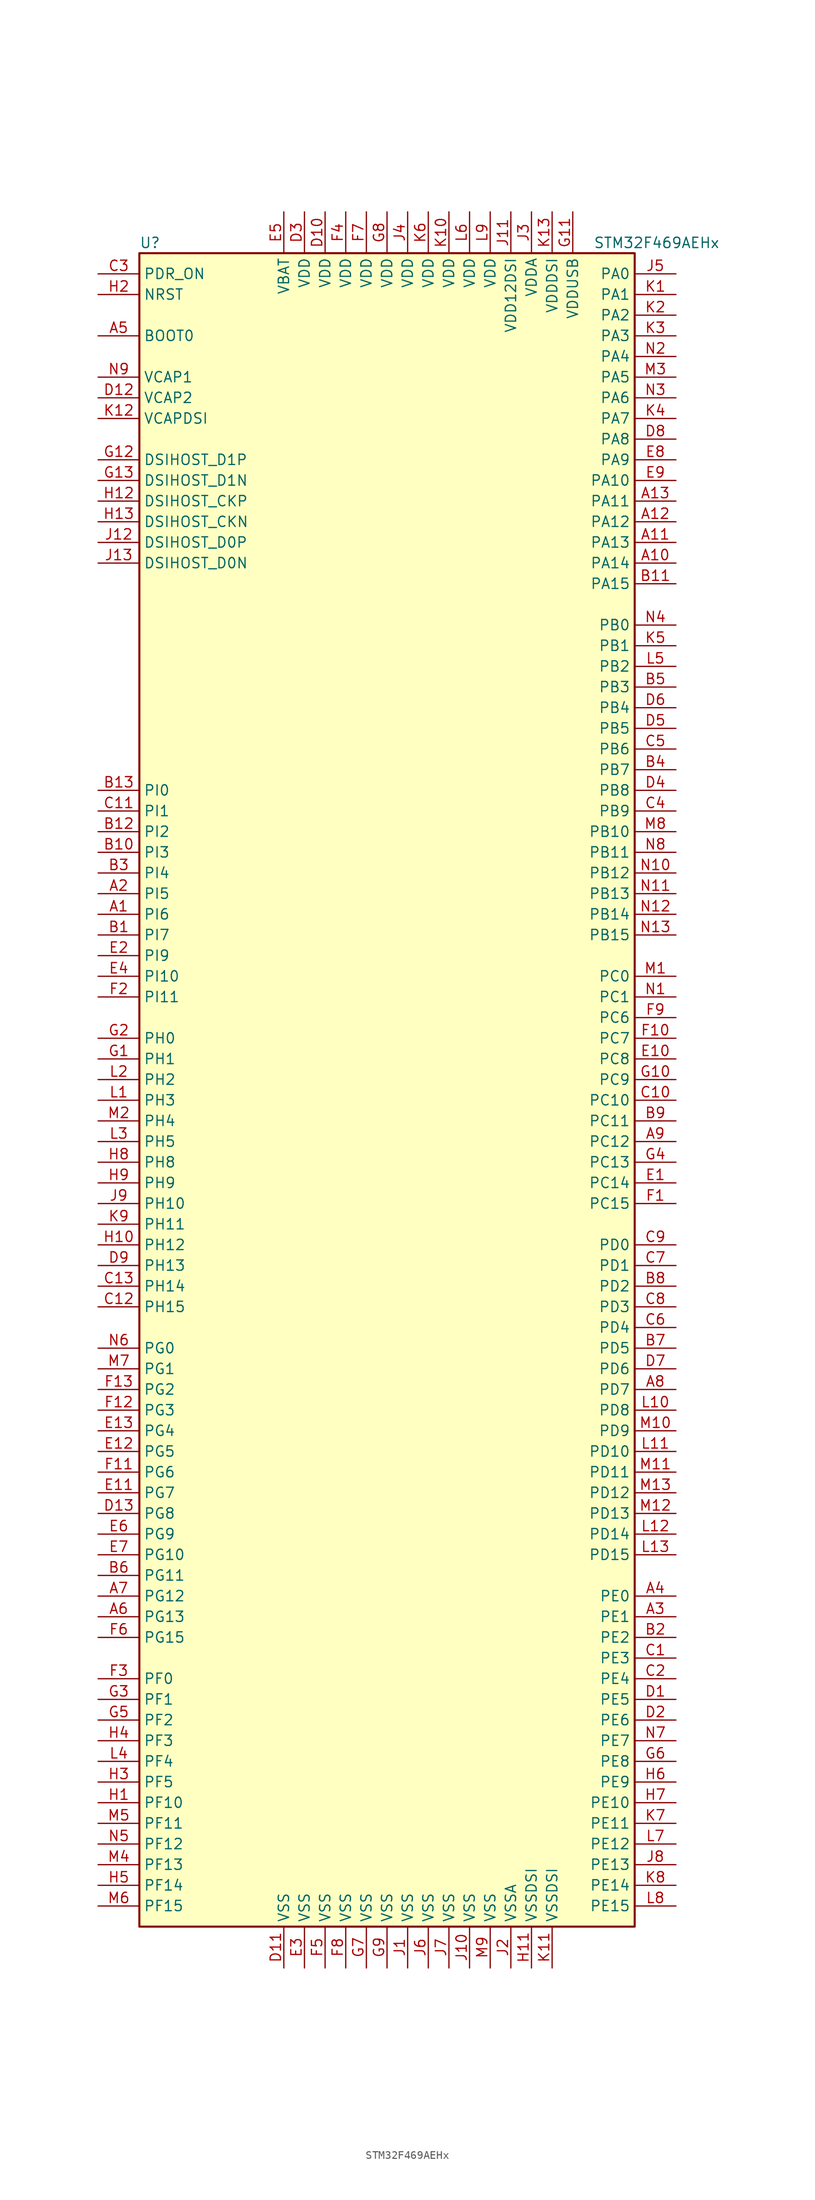
<source format=kicad_sym>
(kicad_symbol_lib
  (version 20201005)
  (generator kicad_symbol_editor)
  (symbol "STM32F469AEHx"
    (property "Reference" "U"
      (at -30.48 102.87 0)
      (effects (font (size 1.27 1.27)) (justify left)))
    (property "Value" "STM32F469AEHx"
      (at 25.4 102.87 0)
      (effects (font (size 1.27 1.27)) (justify left)))
    (symbol "STM32F469AEHx_0_1"
      (rectangle (start -30.48 -104.14) (end 30.48 101.6) (stroke (width 0.254)) (fill (type background))))
    (symbol "STM32F469AEHx_1_1"
      (pin input line (at -35.56 91.44 0) (length 5.08) (name "BOOT0" (effects (font (size 1.27 1.27)))) (number "A5" (effects (font (size 1.27 1.27)))))
      (pin bidirectional line (at -35.56 68.58 0) (length 5.08) (name "DSIHOST_CKN" (effects (font (size 1.27 1.27)))) (number "H13" (effects (font (size 1.27 1.27)))))
      (pin bidirectional line (at -35.56 71.12 0) (length 5.08) (name "DSIHOST_CKP" (effects (font (size 1.27 1.27)))) (number "H12" (effects (font (size 1.27 1.27)))))
      (pin bidirectional line (at -35.56 63.5 0) (length 5.08) (name "DSIHOST_D0N" (effects (font (size 1.27 1.27)))) (number "J13" (effects (font (size 1.27 1.27)))))
      (pin bidirectional line (at -35.56 66.04 0) (length 5.08) (name "DSIHOST_D0P" (effects (font (size 1.27 1.27)))) (number "J12" (effects (font (size 1.27 1.27)))))
      (pin bidirectional line (at -35.56 73.66 0) (length 5.08) (name "DSIHOST_D1N" (effects (font (size 1.27 1.27)))) (number "G13" (effects (font (size 1.27 1.27)))))
      (pin bidirectional line (at -35.56 76.2 0) (length 5.08) (name "DSIHOST_D1P" (effects (font (size 1.27 1.27)))) (number "G12" (effects (font (size 1.27 1.27)))))
      (pin input line (at -35.56 96.52 0) (length 5.08) (name "NRST" (effects (font (size 1.27 1.27)))) (number "H2" (effects (font (size 1.27 1.27)))))
      (pin bidirectional line (at 35.56 99.06 180) (length 5.08) (name "PA0" (effects (font (size 1.27 1.27)))) (number "J5" (effects (font (size 1.27 1.27)))))
      (pin bidirectional line (at 35.56 96.52 180) (length 5.08) (name "PA1" (effects (font (size 1.27 1.27)))) (number "K1" (effects (font (size 1.27 1.27)))))
      (pin bidirectional line (at 35.56 73.66 180) (length 5.08) (name "PA10" (effects (font (size 1.27 1.27)))) (number "E9" (effects (font (size 1.27 1.27)))))
      (pin bidirectional line (at 35.56 71.12 180) (length 5.08) (name "PA11" (effects (font (size 1.27 1.27)))) (number "A13" (effects (font (size 1.27 1.27)))))
      (pin bidirectional line (at 35.56 68.58 180) (length 5.08) (name "PA12" (effects (font (size 1.27 1.27)))) (number "A12" (effects (font (size 1.27 1.27)))))
      (pin bidirectional line (at 35.56 66.04 180) (length 5.08) (name "PA13" (effects (font (size 1.27 1.27)))) (number "A11" (effects (font (size 1.27 1.27)))))
      (pin bidirectional line (at 35.56 63.5 180) (length 5.08) (name "PA14" (effects (font (size 1.27 1.27)))) (number "A10" (effects (font (size 1.27 1.27)))))
      (pin bidirectional line (at 35.56 60.96 180) (length 5.08) (name "PA15" (effects (font (size 1.27 1.27)))) (number "B11" (effects (font (size 1.27 1.27)))))
      (pin bidirectional line (at 35.56 93.98 180) (length 5.08) (name "PA2" (effects (font (size 1.27 1.27)))) (number "K2" (effects (font (size 1.27 1.27)))))
      (pin bidirectional line (at 35.56 91.44 180) (length 5.08) (name "PA3" (effects (font (size 1.27 1.27)))) (number "K3" (effects (font (size 1.27 1.27)))))
      (pin bidirectional line (at 35.56 88.9 180) (length 5.08) (name "PA4" (effects (font (size 1.27 1.27)))) (number "N2" (effects (font (size 1.27 1.27)))))
      (pin bidirectional line (at 35.56 86.36 180) (length 5.08) (name "PA5" (effects (font (size 1.27 1.27)))) (number "M3" (effects (font (size 1.27 1.27)))))
      (pin bidirectional line (at 35.56 83.82 180) (length 5.08) (name "PA6" (effects (font (size 1.27 1.27)))) (number "N3" (effects (font (size 1.27 1.27)))))
      (pin bidirectional line (at 35.56 81.28 180) (length 5.08) (name "PA7" (effects (font (size 1.27 1.27)))) (number "K4" (effects (font (size 1.27 1.27)))))
      (pin bidirectional line (at 35.56 78.74 180) (length 5.08) (name "PA8" (effects (font (size 1.27 1.27)))) (number "D8" (effects (font (size 1.27 1.27)))))
      (pin bidirectional line (at 35.56 76.2 180) (length 5.08) (name "PA9" (effects (font (size 1.27 1.27)))) (number "E8" (effects (font (size 1.27 1.27)))))
      (pin bidirectional line (at 35.56 55.88 180) (length 5.08) (name "PB0" (effects (font (size 1.27 1.27)))) (number "N4" (effects (font (size 1.27 1.27)))))
      (pin bidirectional line (at 35.56 53.34 180) (length 5.08) (name "PB1" (effects (font (size 1.27 1.27)))) (number "K5" (effects (font (size 1.27 1.27)))))
      (pin bidirectional line (at 35.56 30.48 180) (length 5.08) (name "PB10" (effects (font (size 1.27 1.27)))) (number "M8" (effects (font (size 1.27 1.27)))))
      (pin bidirectional line (at 35.56 27.94 180) (length 5.08) (name "PB11" (effects (font (size 1.27 1.27)))) (number "N8" (effects (font (size 1.27 1.27)))))
      (pin bidirectional line (at 35.56 25.4 180) (length 5.08) (name "PB12" (effects (font (size 1.27 1.27)))) (number "N10" (effects (font (size 1.27 1.27)))))
      (pin bidirectional line (at 35.56 22.86 180) (length 5.08) (name "PB13" (effects (font (size 1.27 1.27)))) (number "N11" (effects (font (size 1.27 1.27)))))
      (pin bidirectional line (at 35.56 20.32 180) (length 5.08) (name "PB14" (effects (font (size 1.27 1.27)))) (number "N12" (effects (font (size 1.27 1.27)))))
      (pin bidirectional line (at 35.56 17.78 180) (length 5.08) (name "PB15" (effects (font (size 1.27 1.27)))) (number "N13" (effects (font (size 1.27 1.27)))))
      (pin bidirectional line (at 35.56 50.8 180) (length 5.08) (name "PB2" (effects (font (size 1.27 1.27)))) (number "L5" (effects (font (size 1.27 1.27)))))
      (pin bidirectional line (at 35.56 48.26 180) (length 5.08) (name "PB3" (effects (font (size 1.27 1.27)))) (number "B5" (effects (font (size 1.27 1.27)))))
      (pin bidirectional line (at 35.56 45.72 180) (length 5.08) (name "PB4" (effects (font (size 1.27 1.27)))) (number "D6" (effects (font (size 1.27 1.27)))))
      (pin bidirectional line (at 35.56 43.18 180) (length 5.08) (name "PB5" (effects (font (size 1.27 1.27)))) (number "D5" (effects (font (size 1.27 1.27)))))
      (pin bidirectional line (at 35.56 40.64 180) (length 5.08) (name "PB6" (effects (font (size 1.27 1.27)))) (number "C5" (effects (font (size 1.27 1.27)))))
      (pin bidirectional line (at 35.56 38.1 180) (length 5.08) (name "PB7" (effects (font (size 1.27 1.27)))) (number "B4" (effects (font (size 1.27 1.27)))))
      (pin bidirectional line (at 35.56 35.56 180) (length 5.08) (name "PB8" (effects (font (size 1.27 1.27)))) (number "D4" (effects (font (size 1.27 1.27)))))
      (pin bidirectional line (at 35.56 33.02 180) (length 5.08) (name "PB9" (effects (font (size 1.27 1.27)))) (number "C4" (effects (font (size 1.27 1.27)))))
      (pin bidirectional line (at 35.56 12.7 180) (length 5.08) (name "PC0" (effects (font (size 1.27 1.27)))) (number "M1" (effects (font (size 1.27 1.27)))))
      (pin bidirectional line (at 35.56 10.16 180) (length 5.08) (name "PC1" (effects (font (size 1.27 1.27)))) (number "N1" (effects (font (size 1.27 1.27)))))
      (pin bidirectional line (at 35.56 -2.54 180) (length 5.08) (name "PC10" (effects (font (size 1.27 1.27)))) (number "C10" (effects (font (size 1.27 1.27)))))
      (pin bidirectional line (at 35.56 -5.08 180) (length 5.08) (name "PC11" (effects (font (size 1.27 1.27)))) (number "B9" (effects (font (size 1.27 1.27)))))
      (pin bidirectional line (at 35.56 -7.62 180) (length 5.08) (name "PC12" (effects (font (size 1.27 1.27)))) (number "A9" (effects (font (size 1.27 1.27)))))
      (pin bidirectional line (at 35.56 -10.16 180) (length 5.08) (name "PC13" (effects (font (size 1.27 1.27)))) (number "G4" (effects (font (size 1.27 1.27)))))
      (pin bidirectional line (at 35.56 -12.7 180) (length 5.08) (name "PC14" (effects (font (size 1.27 1.27)))) (number "E1" (effects (font (size 1.27 1.27)))))
      (pin bidirectional line (at 35.56 -15.24 180) (length 5.08) (name "PC15" (effects (font (size 1.27 1.27)))) (number "F1" (effects (font (size 1.27 1.27)))))
      (pin bidirectional line (at 35.56 7.62 180) (length 5.08) (name "PC6" (effects (font (size 1.27 1.27)))) (number "F9" (effects (font (size 1.27 1.27)))))
      (pin bidirectional line (at 35.56 5.08 180) (length 5.08) (name "PC7" (effects (font (size 1.27 1.27)))) (number "F10" (effects (font (size 1.27 1.27)))))
      (pin bidirectional line (at 35.56 2.54 180) (length 5.08) (name "PC8" (effects (font (size 1.27 1.27)))) (number "E10" (effects (font (size 1.27 1.27)))))
      (pin bidirectional line (at 35.56 0 180) (length 5.08) (name "PC9" (effects (font (size 1.27 1.27)))) (number "G10" (effects (font (size 1.27 1.27)))))
      (pin bidirectional line (at 35.56 -20.32 180) (length 5.08) (name "PD0" (effects (font (size 1.27 1.27)))) (number "C9" (effects (font (size 1.27 1.27)))))
      (pin bidirectional line (at 35.56 -22.86 180) (length 5.08) (name "PD1" (effects (font (size 1.27 1.27)))) (number "C7" (effects (font (size 1.27 1.27)))))
      (pin bidirectional line (at 35.56 -45.72 180) (length 5.08) (name "PD10" (effects (font (size 1.27 1.27)))) (number "L11" (effects (font (size 1.27 1.27)))))
      (pin bidirectional line (at 35.56 -48.26 180) (length 5.08) (name "PD11" (effects (font (size 1.27 1.27)))) (number "M11" (effects (font (size 1.27 1.27)))))
      (pin bidirectional line (at 35.56 -50.8 180) (length 5.08) (name "PD12" (effects (font (size 1.27 1.27)))) (number "M13" (effects (font (size 1.27 1.27)))))
      (pin bidirectional line (at 35.56 -53.34 180) (length 5.08) (name "PD13" (effects (font (size 1.27 1.27)))) (number "M12" (effects (font (size 1.27 1.27)))))
      (pin bidirectional line (at 35.56 -55.88 180) (length 5.08) (name "PD14" (effects (font (size 1.27 1.27)))) (number "L12" (effects (font (size 1.27 1.27)))))
      (pin bidirectional line (at 35.56 -58.42 180) (length 5.08) (name "PD15" (effects (font (size 1.27 1.27)))) (number "L13" (effects (font (size 1.27 1.27)))))
      (pin bidirectional line (at 35.56 -25.4 180) (length 5.08) (name "PD2" (effects (font (size 1.27 1.27)))) (number "B8" (effects (font (size 1.27 1.27)))))
      (pin bidirectional line (at 35.56 -27.94 180) (length 5.08) (name "PD3" (effects (font (size 1.27 1.27)))) (number "C8" (effects (font (size 1.27 1.27)))))
      (pin bidirectional line (at 35.56 -30.48 180) (length 5.08) (name "PD4" (effects (font (size 1.27 1.27)))) (number "C6" (effects (font (size 1.27 1.27)))))
      (pin bidirectional line (at 35.56 -33.02 180) (length 5.08) (name "PD5" (effects (font (size 1.27 1.27)))) (number "B7" (effects (font (size 1.27 1.27)))))
      (pin bidirectional line (at 35.56 -35.56 180) (length 5.08) (name "PD6" (effects (font (size 1.27 1.27)))) (number "D7" (effects (font (size 1.27 1.27)))))
      (pin bidirectional line (at 35.56 -38.1 180) (length 5.08) (name "PD7" (effects (font (size 1.27 1.27)))) (number "A8" (effects (font (size 1.27 1.27)))))
      (pin bidirectional line (at 35.56 -40.64 180) (length 5.08) (name "PD8" (effects (font (size 1.27 1.27)))) (number "L10" (effects (font (size 1.27 1.27)))))
      (pin bidirectional line (at 35.56 -43.18 180) (length 5.08) (name "PD9" (effects (font (size 1.27 1.27)))) (number "M10" (effects (font (size 1.27 1.27)))))
      (pin input line (at -35.56 99.06 0) (length 5.08) (name "PDR_ON" (effects (font (size 1.27 1.27)))) (number "C3" (effects (font (size 1.27 1.27)))))
      (pin bidirectional line (at 35.56 -63.5 180) (length 5.08) (name "PE0" (effects (font (size 1.27 1.27)))) (number "A4" (effects (font (size 1.27 1.27)))))
      (pin bidirectional line (at 35.56 -66.04 180) (length 5.08) (name "PE1" (effects (font (size 1.27 1.27)))) (number "A3" (effects (font (size 1.27 1.27)))))
      (pin bidirectional line (at 35.56 -88.9 180) (length 5.08) (name "PE10" (effects (font (size 1.27 1.27)))) (number "H7" (effects (font (size 1.27 1.27)))))
      (pin bidirectional line (at 35.56 -91.44 180) (length 5.08) (name "PE11" (effects (font (size 1.27 1.27)))) (number "K7" (effects (font (size 1.27 1.27)))))
      (pin bidirectional line (at 35.56 -93.98 180) (length 5.08) (name "PE12" (effects (font (size 1.27 1.27)))) (number "L7" (effects (font (size 1.27 1.27)))))
      (pin bidirectional line (at 35.56 -96.52 180) (length 5.08) (name "PE13" (effects (font (size 1.27 1.27)))) (number "J8" (effects (font (size 1.27 1.27)))))
      (pin bidirectional line (at 35.56 -99.06 180) (length 5.08) (name "PE14" (effects (font (size 1.27 1.27)))) (number "K8" (effects (font (size 1.27 1.27)))))
      (pin bidirectional line (at 35.56 -101.6 180) (length 5.08) (name "PE15" (effects (font (size 1.27 1.27)))) (number "L8" (effects (font (size 1.27 1.27)))))
      (pin bidirectional line (at 35.56 -68.58 180) (length 5.08) (name "PE2" (effects (font (size 1.27 1.27)))) (number "B2" (effects (font (size 1.27 1.27)))))
      (pin bidirectional line (at 35.56 -71.12 180) (length 5.08) (name "PE3" (effects (font (size 1.27 1.27)))) (number "C1" (effects (font (size 1.27 1.27)))))
      (pin bidirectional line (at 35.56 -73.66 180) (length 5.08) (name "PE4" (effects (font (size 1.27 1.27)))) (number "C2" (effects (font (size 1.27 1.27)))))
      (pin bidirectional line (at 35.56 -76.2 180) (length 5.08) (name "PE5" (effects (font (size 1.27 1.27)))) (number "D1" (effects (font (size 1.27 1.27)))))
      (pin bidirectional line (at 35.56 -78.74 180) (length 5.08) (name "PE6" (effects (font (size 1.27 1.27)))) (number "D2" (effects (font (size 1.27 1.27)))))
      (pin bidirectional line (at 35.56 -81.28 180) (length 5.08) (name "PE7" (effects (font (size 1.27 1.27)))) (number "N7" (effects (font (size 1.27 1.27)))))
      (pin bidirectional line (at 35.56 -83.82 180) (length 5.08) (name "PE8" (effects (font (size 1.27 1.27)))) (number "G6" (effects (font (size 1.27 1.27)))))
      (pin bidirectional line (at 35.56 -86.36 180) (length 5.08) (name "PE9" (effects (font (size 1.27 1.27)))) (number "H6" (effects (font (size 1.27 1.27)))))
      (pin bidirectional line (at -35.56 -73.66 0) (length 5.08) (name "PF0" (effects (font (size 1.27 1.27)))) (number "F3" (effects (font (size 1.27 1.27)))))
      (pin bidirectional line (at -35.56 -76.2 0) (length 5.08) (name "PF1" (effects (font (size 1.27 1.27)))) (number "G3" (effects (font (size 1.27 1.27)))))
      (pin bidirectional line (at -35.56 -88.9 0) (length 5.08) (name "PF10" (effects (font (size 1.27 1.27)))) (number "H1" (effects (font (size 1.27 1.27)))))
      (pin bidirectional line (at -35.56 -91.44 0) (length 5.08) (name "PF11" (effects (font (size 1.27 1.27)))) (number "M5" (effects (font (size 1.27 1.27)))))
      (pin bidirectional line (at -35.56 -93.98 0) (length 5.08) (name "PF12" (effects (font (size 1.27 1.27)))) (number "N5" (effects (font (size 1.27 1.27)))))
      (pin bidirectional line (at -35.56 -96.52 0) (length 5.08) (name "PF13" (effects (font (size 1.27 1.27)))) (number "M4" (effects (font (size 1.27 1.27)))))
      (pin bidirectional line (at -35.56 -99.06 0) (length 5.08) (name "PF14" (effects (font (size 1.27 1.27)))) (number "H5" (effects (font (size 1.27 1.27)))))
      (pin bidirectional line (at -35.56 -101.6 0) (length 5.08) (name "PF15" (effects (font (size 1.27 1.27)))) (number "M6" (effects (font (size 1.27 1.27)))))
      (pin bidirectional line (at -35.56 -78.74 0) (length 5.08) (name "PF2" (effects (font (size 1.27 1.27)))) (number "G5" (effects (font (size 1.27 1.27)))))
      (pin bidirectional line (at -35.56 -81.28 0) (length 5.08) (name "PF3" (effects (font (size 1.27 1.27)))) (number "H4" (effects (font (size 1.27 1.27)))))
      (pin bidirectional line (at -35.56 -83.82 0) (length 5.08) (name "PF4" (effects (font (size 1.27 1.27)))) (number "L4" (effects (font (size 1.27 1.27)))))
      (pin bidirectional line (at -35.56 -86.36 0) (length 5.08) (name "PF5" (effects (font (size 1.27 1.27)))) (number "H3" (effects (font (size 1.27 1.27)))))
      (pin bidirectional line (at -35.56 -33.02 0) (length 5.08) (name "PG0" (effects (font (size 1.27 1.27)))) (number "N6" (effects (font (size 1.27 1.27)))))
      (pin bidirectional line (at -35.56 -35.56 0) (length 5.08) (name "PG1" (effects (font (size 1.27 1.27)))) (number "M7" (effects (font (size 1.27 1.27)))))
      (pin bidirectional line (at -35.56 -58.42 0) (length 5.08) (name "PG10" (effects (font (size 1.27 1.27)))) (number "E7" (effects (font (size 1.27 1.27)))))
      (pin bidirectional line (at -35.56 -60.96 0) (length 5.08) (name "PG11" (effects (font (size 1.27 1.27)))) (number "B6" (effects (font (size 1.27 1.27)))))
      (pin bidirectional line (at -35.56 -63.5 0) (length 5.08) (name "PG12" (effects (font (size 1.27 1.27)))) (number "A7" (effects (font (size 1.27 1.27)))))
      (pin bidirectional line (at -35.56 -66.04 0) (length 5.08) (name "PG13" (effects (font (size 1.27 1.27)))) (number "A6" (effects (font (size 1.27 1.27)))))
      (pin bidirectional line (at -35.56 -68.58 0) (length 5.08) (name "PG15" (effects (font (size 1.27 1.27)))) (number "F6" (effects (font (size 1.27 1.27)))))
      (pin bidirectional line (at -35.56 -38.1 0) (length 5.08) (name "PG2" (effects (font (size 1.27 1.27)))) (number "F13" (effects (font (size 1.27 1.27)))))
      (pin bidirectional line (at -35.56 -40.64 0) (length 5.08) (name "PG3" (effects (font (size 1.27 1.27)))) (number "F12" (effects (font (size 1.27 1.27)))))
      (pin bidirectional line (at -35.56 -43.18 0) (length 5.08) (name "PG4" (effects (font (size 1.27 1.27)))) (number "E13" (effects (font (size 1.27 1.27)))))
      (pin bidirectional line (at -35.56 -45.72 0) (length 5.08) (name "PG5" (effects (font (size 1.27 1.27)))) (number "E12" (effects (font (size 1.27 1.27)))))
      (pin bidirectional line (at -35.56 -48.26 0) (length 5.08) (name "PG6" (effects (font (size 1.27 1.27)))) (number "F11" (effects (font (size 1.27 1.27)))))
      (pin bidirectional line (at -35.56 -50.8 0) (length 5.08) (name "PG7" (effects (font (size 1.27 1.27)))) (number "E11" (effects (font (size 1.27 1.27)))))
      (pin bidirectional line (at -35.56 -53.34 0) (length 5.08) (name "PG8" (effects (font (size 1.27 1.27)))) (number "D13" (effects (font (size 1.27 1.27)))))
      (pin bidirectional line (at -35.56 -55.88 0) (length 5.08) (name "PG9" (effects (font (size 1.27 1.27)))) (number "E6" (effects (font (size 1.27 1.27)))))
      (pin input line (at -35.56 5.08 0) (length 5.08) (name "PH0" (effects (font (size 1.27 1.27)))) (number "G2" (effects (font (size 1.27 1.27)))))
      (pin input line (at -35.56 2.54 0) (length 5.08) (name "PH1" (effects (font (size 1.27 1.27)))) (number "G1" (effects (font (size 1.27 1.27)))))
      (pin bidirectional line (at -35.56 -15.24 0) (length 5.08) (name "PH10" (effects (font (size 1.27 1.27)))) (number "J9" (effects (font (size 1.27 1.27)))))
      (pin bidirectional line (at -35.56 -17.78 0) (length 5.08) (name "PH11" (effects (font (size 1.27 1.27)))) (number "K9" (effects (font (size 1.27 1.27)))))
      (pin bidirectional line (at -35.56 -20.32 0) (length 5.08) (name "PH12" (effects (font (size 1.27 1.27)))) (number "H10" (effects (font (size 1.27 1.27)))))
      (pin bidirectional line (at -35.56 -22.86 0) (length 5.08) (name "PH13" (effects (font (size 1.27 1.27)))) (number "D9" (effects (font (size 1.27 1.27)))))
      (pin bidirectional line (at -35.56 -25.4 0) (length 5.08) (name "PH14" (effects (font (size 1.27 1.27)))) (number "C13" (effects (font (size 1.27 1.27)))))
      (pin bidirectional line (at -35.56 -27.94 0) (length 5.08) (name "PH15" (effects (font (size 1.27 1.27)))) (number "C12" (effects (font (size 1.27 1.27)))))
      (pin bidirectional line (at -35.56 0 0) (length 5.08) (name "PH2" (effects (font (size 1.27 1.27)))) (number "L2" (effects (font (size 1.27 1.27)))))
      (pin bidirectional line (at -35.56 -2.54 0) (length 5.08) (name "PH3" (effects (font (size 1.27 1.27)))) (number "L1" (effects (font (size 1.27 1.27)))))
      (pin bidirectional line (at -35.56 -5.08 0) (length 5.08) (name "PH4" (effects (font (size 1.27 1.27)))) (number "M2" (effects (font (size 1.27 1.27)))))
      (pin bidirectional line (at -35.56 -7.62 0) (length 5.08) (name "PH5" (effects (font (size 1.27 1.27)))) (number "L3" (effects (font (size 1.27 1.27)))))
      (pin bidirectional line (at -35.56 -10.16 0) (length 5.08) (name "PH8" (effects (font (size 1.27 1.27)))) (number "H8" (effects (font (size 1.27 1.27)))))
      (pin bidirectional line (at -35.56 -12.7 0) (length 5.08) (name "PH9" (effects (font (size 1.27 1.27)))) (number "H9" (effects (font (size 1.27 1.27)))))
      (pin bidirectional line (at -35.56 35.56 0) (length 5.08) (name "PI0" (effects (font (size 1.27 1.27)))) (number "B13" (effects (font (size 1.27 1.27)))))
      (pin bidirectional line (at -35.56 33.02 0) (length 5.08) (name "PI1" (effects (font (size 1.27 1.27)))) (number "C11" (effects (font (size 1.27 1.27)))))
      (pin bidirectional line (at -35.56 12.7 0) (length 5.08) (name "PI10" (effects (font (size 1.27 1.27)))) (number "E4" (effects (font (size 1.27 1.27)))))
      (pin bidirectional line (at -35.56 10.16 0) (length 5.08) (name "PI11" (effects (font (size 1.27 1.27)))) (number "F2" (effects (font (size 1.27 1.27)))))
      (pin bidirectional line (at -35.56 30.48 0) (length 5.08) (name "PI2" (effects (font (size 1.27 1.27)))) (number "B12" (effects (font (size 1.27 1.27)))))
      (pin bidirectional line (at -35.56 27.94 0) (length 5.08) (name "PI3" (effects (font (size 1.27 1.27)))) (number "B10" (effects (font (size 1.27 1.27)))))
      (pin bidirectional line (at -35.56 25.4 0) (length 5.08) (name "PI4" (effects (font (size 1.27 1.27)))) (number "B3" (effects (font (size 1.27 1.27)))))
      (pin bidirectional line (at -35.56 22.86 0) (length 5.08) (name "PI5" (effects (font (size 1.27 1.27)))) (number "A2" (effects (font (size 1.27 1.27)))))
      (pin bidirectional line (at -35.56 20.32 0) (length 5.08) (name "PI6" (effects (font (size 1.27 1.27)))) (number "A1" (effects (font (size 1.27 1.27)))))
      (pin bidirectional line (at -35.56 17.78 0) (length 5.08) (name "PI7" (effects (font (size 1.27 1.27)))) (number "B1" (effects (font (size 1.27 1.27)))))
      (pin bidirectional line (at -35.56 15.24 0) (length 5.08) (name "PI9" (effects (font (size 1.27 1.27)))) (number "E2" (effects (font (size 1.27 1.27)))))
      (pin power_in line (at -12.7 106.68 270) (length 5.08) (name "VBAT" (effects (font (size 1.27 1.27)))) (number "E5" (effects (font (size 1.27 1.27)))))
      (pin power_in line (at -35.56 86.36 0) (length 5.08) (name "VCAP1" (effects (font (size 1.27 1.27)))) (number "N9" (effects (font (size 1.27 1.27)))))
      (pin power_in line (at -35.56 83.82 0) (length 5.08) (name "VCAP2" (effects (font (size 1.27 1.27)))) (number "D12" (effects (font (size 1.27 1.27)))))
      (pin power_in line (at -35.56 81.28 0) (length 5.08) (name "VCAPDSI" (effects (font (size 1.27 1.27)))) (number "K12" (effects (font (size 1.27 1.27)))))
      (pin power_in line (at -7.62 106.68 270) (length 5.08) (name "VDD" (effects (font (size 1.27 1.27)))) (number "D10" (effects (font (size 1.27 1.27)))))
      (pin power_in line (at -10.16 106.68 270) (length 5.08) (name "VDD" (effects (font (size 1.27 1.27)))) (number "D3" (effects (font (size 1.27 1.27)))))
      (pin power_in line (at -5.08 106.68 270) (length 5.08) (name "VDD" (effects (font (size 1.27 1.27)))) (number "F4" (effects (font (size 1.27 1.27)))))
      (pin power_in line (at -2.54 106.68 270) (length 5.08) (name "VDD" (effects (font (size 1.27 1.27)))) (number "F7" (effects (font (size 1.27 1.27)))))
      (pin power_in line (at 0 106.68 270) (length 5.08) (name "VDD" (effects (font (size 1.27 1.27)))) (number "G8" (effects (font (size 1.27 1.27)))))
      (pin power_in line (at 2.54 106.68 270) (length 5.08) (name "VDD" (effects (font (size 1.27 1.27)))) (number "J4" (effects (font (size 1.27 1.27)))))
      (pin power_in line (at 7.62 106.68 270) (length 5.08) (name "VDD" (effects (font (size 1.27 1.27)))) (number "K10" (effects (font (size 1.27 1.27)))))
      (pin power_in line (at 5.08 106.68 270) (length 5.08) (name "VDD" (effects (font (size 1.27 1.27)))) (number "K6" (effects (font (size 1.27 1.27)))))
      (pin power_in line (at 10.16 106.68 270) (length 5.08) (name "VDD" (effects (font (size 1.27 1.27)))) (number "L6" (effects (font (size 1.27 1.27)))))
      (pin power_in line (at 12.7 106.68 270) (length 5.08) (name "VDD" (effects (font (size 1.27 1.27)))) (number "L9" (effects (font (size 1.27 1.27)))))
      (pin power_in line (at 15.24 106.68 270) (length 5.08) (name "VDD12DSI" (effects (font (size 1.27 1.27)))) (number "J11" (effects (font (size 1.27 1.27)))))
      (pin power_in line (at 17.78 106.68 270) (length 5.08) (name "VDDA" (effects (font (size 1.27 1.27)))) (number "J3" (effects (font (size 1.27 1.27)))))
      (pin power_in line (at 20.32 106.68 270) (length 5.08) (name "VDDDSI" (effects (font (size 1.27 1.27)))) (number "K13" (effects (font (size 1.27 1.27)))))
      (pin power_in line (at 22.86 106.68 270) (length 5.08) (name "VDDUSB" (effects (font (size 1.27 1.27)))) (number "G11" (effects (font (size 1.27 1.27)))))
      (pin power_in line (at -12.7 -109.22 90) (length 5.08) (name "VSS" (effects (font (size 1.27 1.27)))) (number "D11" (effects (font (size 1.27 1.27)))))
      (pin power_in line (at -10.16 -109.22 90) (length 5.08) (name "VSS" (effects (font (size 1.27 1.27)))) (number "E3" (effects (font (size 1.27 1.27)))))
      (pin power_in line (at -7.62 -109.22 90) (length 5.08) (name "VSS" (effects (font (size 1.27 1.27)))) (number "F5" (effects (font (size 1.27 1.27)))))
      (pin power_in line (at -5.08 -109.22 90) (length 5.08) (name "VSS" (effects (font (size 1.27 1.27)))) (number "F8" (effects (font (size 1.27 1.27)))))
      (pin power_in line (at -2.54 -109.22 90) (length 5.08) (name "VSS" (effects (font (size 1.27 1.27)))) (number "G7" (effects (font (size 1.27 1.27)))))
      (pin power_in line (at 0 -109.22 90) (length 5.08) (name "VSS" (effects (font (size 1.27 1.27)))) (number "G9" (effects (font (size 1.27 1.27)))))
      (pin power_in line (at 2.54 -109.22 90) (length 5.08) (name "VSS" (effects (font (size 1.27 1.27)))) (number "J1" (effects (font (size 1.27 1.27)))))
      (pin power_in line (at 10.16 -109.22 90) (length 5.08) (name "VSS" (effects (font (size 1.27 1.27)))) (number "J10" (effects (font (size 1.27 1.27)))))
      (pin power_in line (at 5.08 -109.22 90) (length 5.08) (name "VSS" (effects (font (size 1.27 1.27)))) (number "J6" (effects (font (size 1.27 1.27)))))
      (pin power_in line (at 7.62 -109.22 90) (length 5.08) (name "VSS" (effects (font (size 1.27 1.27)))) (number "J7" (effects (font (size 1.27 1.27)))))
      (pin power_in line (at 12.7 -109.22 90) (length 5.08) (name "VSS" (effects (font (size 1.27 1.27)))) (number "M9" (effects (font (size 1.27 1.27)))))
      (pin power_in line (at 15.24 -109.22 90) (length 5.08) (name "VSSA" (effects (font (size 1.27 1.27)))) (number "J2" (effects (font (size 1.27 1.27)))))
      (pin power_in line (at 17.78 -109.22 90) (length 5.08) (name "VSSDSI" (effects (font (size 1.27 1.27)))) (number "H11" (effects (font (size 1.27 1.27)))))
      (pin power_in line (at 20.32 -109.22 90) (length 5.08) (name "VSSDSI" (effects (font (size 1.27 1.27)))) (number "K11" (effects (font (size 1.27 1.27))))))))
</source>
